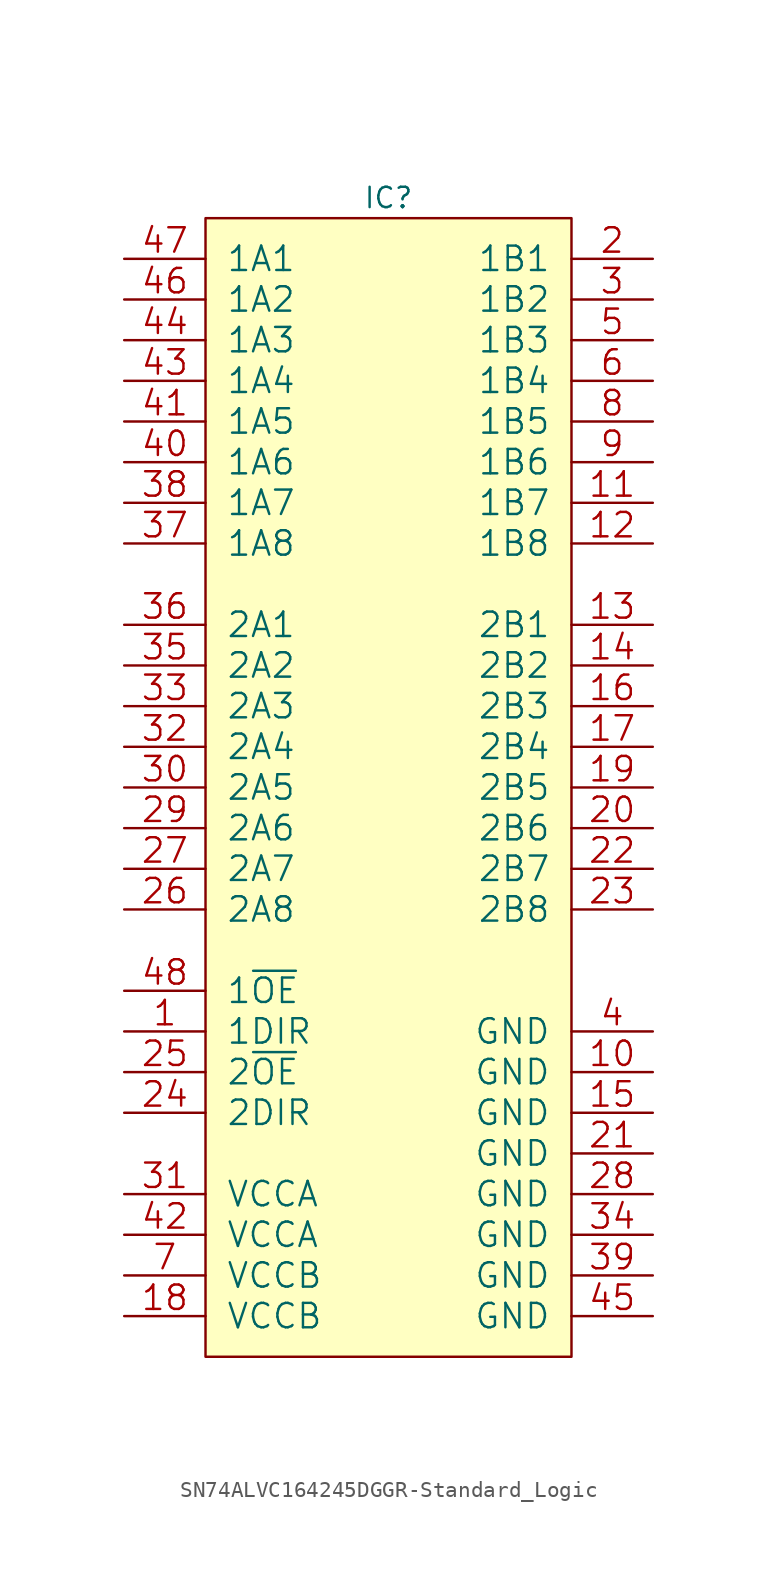
<source format=kicad_sym>
(kicad_symbol_lib
  (version 20200126)
  (host kicad_symbol_editor "(5.99.0-2809-gaceed2b0a4)")
  (symbol "LCD_Board-rescue:SN74ALVC164245DGGR-Standard_Logic"
    (pin_names
      (offset 1.27))
    (property "Reference" "IC"
      (at 11.43 1.27 0)
      (effects (font (size 1.27 1.27))))
    (property "ki_locked" ""
      (at 0 0 0)
      (effects (font (size 1.27 1.27))))
    (symbol "SN74ALVC164245DGGR-Standard_Logic_0_1"
      (rectangle (start 0 -71.12) (end 22.86 0) (stroke (width 0)) (fill (type background)))
      (pin input line (at -5.08 -50.8 0) (length 5.08) (name "1DIR" (effects (font (size 1.524 1.524)))) (number "1" (effects (font (size 1.524 1.524)))))
      (pin power_in line (at 27.94 -53.34 180) (length 5.08) (name "GND" (effects (font (size 1.524 1.524)))) (number "10" (effects (font (size 1.524 1.524)))))
      (pin bidirectional line (at 27.94 -17.78 180) (length 5.08) (name "1B7" (effects (font (size 1.524 1.524)))) (number "11" (effects (font (size 1.524 1.524)))))
      (pin bidirectional line (at 27.94 -20.32 180) (length 5.08) (name "1B8" (effects (font (size 1.524 1.524)))) (number "12" (effects (font (size 1.524 1.524)))))
      (pin bidirectional line (at 27.94 -25.4 180) (length 5.08) (name "2B1" (effects (font (size 1.524 1.524)))) (number "13" (effects (font (size 1.524 1.524)))))
      (pin bidirectional line (at 27.94 -27.94 180) (length 5.08) (name "2B2" (effects (font (size 1.524 1.524)))) (number "14" (effects (font (size 1.524 1.524)))))
      (pin power_in line (at 27.94 -55.88 180) (length 5.08) (name "GND" (effects (font (size 1.524 1.524)))) (number "15" (effects (font (size 1.524 1.524)))))
      (pin bidirectional line (at 27.94 -30.48 180) (length 5.08) (name "2B3" (effects (font (size 1.524 1.524)))) (number "16" (effects (font (size 1.524 1.524)))))
      (pin bidirectional line (at 27.94 -33.02 180) (length 5.08) (name "2B4" (effects (font (size 1.524 1.524)))) (number "17" (effects (font (size 1.524 1.524)))))
      (pin power_in line (at -5.08 -68.58 0) (length 5.08) (name "VCCB" (effects (font (size 1.524 1.524)))) (number "18" (effects (font (size 1.524 1.524)))))
      (pin bidirectional line (at 27.94 -35.56 180) (length 5.08) (name "2B5" (effects (font (size 1.524 1.524)))) (number "19" (effects (font (size 1.524 1.524)))))
      (pin bidirectional line (at 27.94 -2.54 180) (length 5.08) (name "1B1" (effects (font (size 1.524 1.524)))) (number "2" (effects (font (size 1.524 1.524)))))
      (pin bidirectional line (at 27.94 -38.1 180) (length 5.08) (name "2B6" (effects (font (size 1.524 1.524)))) (number "20" (effects (font (size 1.524 1.524)))))
      (pin power_in line (at 27.94 -58.42 180) (length 5.08) (name "GND" (effects (font (size 1.524 1.524)))) (number "21" (effects (font (size 1.524 1.524)))))
      (pin bidirectional line (at 27.94 -40.64 180) (length 5.08) (name "2B7" (effects (font (size 1.524 1.524)))) (number "22" (effects (font (size 1.524 1.524)))))
      (pin passive line (at 27.94 -43.18 180) (length 5.08) (name "2B8" (effects (font (size 1.524 1.524)))) (number "23" (effects (font (size 1.524 1.524)))))
      (pin input line (at -5.08 -55.88 0) (length 5.08) (name "2DIR" (effects (font (size 1.524 1.524)))) (number "24" (effects (font (size 1.524 1.524)))))
      (pin input line (at -5.08 -53.34 0) (length 5.08) (name "2~OE" (effects (font (size 1.524 1.524)))) (number "25" (effects (font (size 1.524 1.524)))))
      (pin bidirectional line (at -5.08 -43.18 0) (length 5.08) (name "2A8" (effects (font (size 1.524 1.524)))) (number "26" (effects (font (size 1.524 1.524)))))
      (pin bidirectional line (at -5.08 -40.64 0) (length 5.08) (name "2A7" (effects (font (size 1.524 1.524)))) (number "27" (effects (font (size 1.524 1.524)))))
      (pin power_in line (at 27.94 -60.96 180) (length 5.08) (name "GND" (effects (font (size 1.524 1.524)))) (number "28" (effects (font (size 1.524 1.524)))))
      (pin bidirectional line (at -5.08 -38.1 0) (length 5.08) (name "2A6" (effects (font (size 1.524 1.524)))) (number "29" (effects (font (size 1.524 1.524)))))
      (pin bidirectional line (at 27.94 -5.08 180) (length 5.08) (name "1B2" (effects (font (size 1.524 1.524)))) (number "3" (effects (font (size 1.524 1.524)))))
      (pin bidirectional line (at -5.08 -35.56 0) (length 5.08) (name "2A5" (effects (font (size 1.524 1.524)))) (number "30" (effects (font (size 1.524 1.524)))))
      (pin power_in line (at -5.08 -60.96 0) (length 5.08) (name "VCCA" (effects (font (size 1.524 1.524)))) (number "31" (effects (font (size 1.524 1.524)))))
      (pin bidirectional line (at -5.08 -33.02 0) (length 5.08) (name "2A4" (effects (font (size 1.524 1.524)))) (number "32" (effects (font (size 1.524 1.524)))))
      (pin bidirectional line (at -5.08 -30.48 0) (length 5.08) (name "2A3" (effects (font (size 1.524 1.524)))) (number "33" (effects (font (size 1.524 1.524)))))
      (pin power_in line (at 27.94 -63.5 180) (length 5.08) (name "GND" (effects (font (size 1.524 1.524)))) (number "34" (effects (font (size 1.524 1.524)))))
      (pin bidirectional line (at -5.08 -27.94 0) (length 5.08) (name "2A2" (effects (font (size 1.524 1.524)))) (number "35" (effects (font (size 1.524 1.524)))))
      (pin bidirectional line (at -5.08 -25.4 0) (length 5.08) (name "2A1" (effects (font (size 1.524 1.524)))) (number "36" (effects (font (size 1.524 1.524)))))
      (pin passive line (at -5.08 -20.32 0) (length 5.08) (name "1A8" (effects (font (size 1.524 1.524)))) (number "37" (effects (font (size 1.524 1.524)))))
      (pin passive line (at -5.08 -17.78 0) (length 5.08) (name "1A7" (effects (font (size 1.524 1.524)))) (number "38" (effects (font (size 1.524 1.524)))))
      (pin power_in line (at 27.94 -66.04 180) (length 5.08) (name "GND" (effects (font (size 1.524 1.524)))) (number "39" (effects (font (size 1.524 1.524)))))
      (pin power_in line (at 27.94 -50.8 180) (length 5.08) (name "GND" (effects (font (size 1.524 1.524)))) (number "4" (effects (font (size 1.524 1.524)))))
      (pin passive line (at -5.08 -15.24 0) (length 5.08) (name "1A6" (effects (font (size 1.524 1.524)))) (number "40" (effects (font (size 1.524 1.524)))))
      (pin passive line (at -5.08 -12.7 0) (length 5.08) (name "1A5" (effects (font (size 1.524 1.524)))) (number "41" (effects (font (size 1.524 1.524)))))
      (pin power_in line (at -5.08 -63.5 0) (length 5.08) (name "VCCA" (effects (font (size 1.524 1.524)))) (number "42" (effects (font (size 1.524 1.524)))))
      (pin passive line (at -5.08 -10.16 0) (length 5.08) (name "1A4" (effects (font (size 1.524 1.524)))) (number "43" (effects (font (size 1.524 1.524)))))
      (pin passive line (at -5.08 -7.62 0) (length 5.08) (name "1A3" (effects (font (size 1.524 1.524)))) (number "44" (effects (font (size 1.524 1.524)))))
      (pin power_in line (at 27.94 -68.58 180) (length 5.08) (name "GND" (effects (font (size 1.524 1.524)))) (number "45" (effects (font (size 1.524 1.524)))))
      (pin passive line (at -5.08 -5.08 0) (length 5.08) (name "1A2" (effects (font (size 1.524 1.524)))) (number "46" (effects (font (size 1.524 1.524)))))
      (pin passive line (at -5.08 -2.54 0) (length 5.08) (name "1A1" (effects (font (size 1.524 1.524)))) (number "47" (effects (font (size 1.524 1.524)))))
      (pin input line (at -5.08 -48.26 0) (length 5.08) (name "1~OE" (effects (font (size 1.524 1.524)))) (number "48" (effects (font (size 1.524 1.524)))))
      (pin bidirectional line (at 27.94 -7.62 180) (length 5.08) (name "1B3" (effects (font (size 1.524 1.524)))) (number "5" (effects (font (size 1.524 1.524)))))
      (pin bidirectional line (at 27.94 -10.16 180) (length 5.08) (name "1B4" (effects (font (size 1.524 1.524)))) (number "6" (effects (font (size 1.524 1.524)))))
      (pin power_in line (at -5.08 -66.04 0) (length 5.08) (name "VCCB" (effects (font (size 1.524 1.524)))) (number "7" (effects (font (size 1.524 1.524)))))
      (pin bidirectional line (at 27.94 -12.7 180) (length 5.08) (name "1B5" (effects (font (size 1.524 1.524)))) (number "8" (effects (font (size 1.524 1.524)))))
      (pin bidirectional line (at 27.94 -15.24 180) (length 5.08) (name "1B6" (effects (font (size 1.524 1.524)))) (number "9" (effects (font (size 1.524 1.524))))))))
</source>
